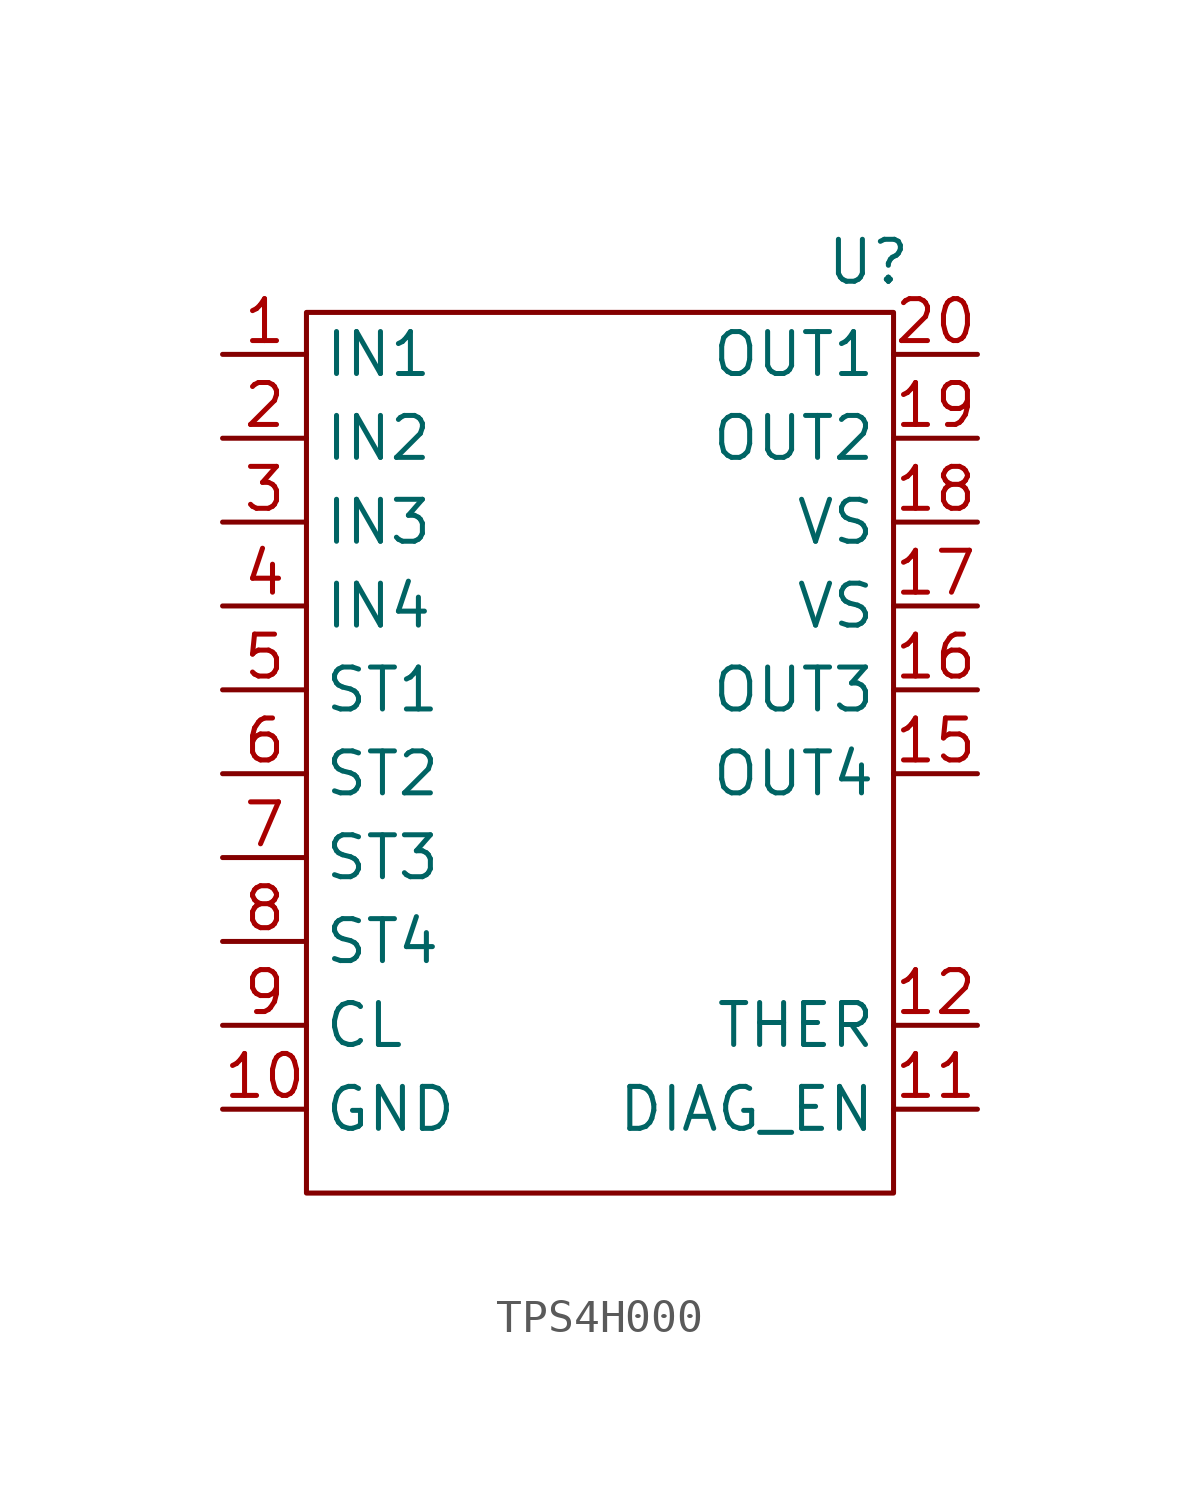
<source format=kicad_sym>
(kicad_symbol_lib
  (version 20241209)
  (generator "kicad_symbol_editor")
  (generator_version "9.0")
  (symbol "TPS4H000"
    (property "Reference" "U"
      (at 8.128 7.874 0)
      (effects (font (size 1.27 1.27))))
    (property "Value" ""
      (at 0 0 0)
      (effects (font (size 1.27 1.27))))
    (symbol "TPS4H000_0_1"
      (rectangle (start -8.89 6.35) (end 8.89 -20.32) (stroke (width 0) (type default)) (fill (type none))))
    (symbol "TPS4H000_1_1"
      (pin input line (at -11.43 5.08 0) (length 2.54) (name "IN1" (effects (font (size 1.27 1.27)))) (number "1" (effects (font (size 1.27 1.27)))))
      (pin input line (at -11.43 2.54 0) (length 2.54) (name "IN2" (effects (font (size 1.27 1.27)))) (number "2" (effects (font (size 1.27 1.27)))))
      (pin input line (at -11.43 0 0) (length 2.54) (name "IN3" (effects (font (size 1.27 1.27)))) (number "3" (effects (font (size 1.27 1.27)))))
      (pin input line (at -11.43 -2.54 0) (length 2.54) (name "IN4" (effects (font (size 1.27 1.27)))) (number "4" (effects (font (size 1.27 1.27)))))
      (pin input line (at -11.43 -5.08 0) (length 2.54) (name "ST1" (effects (font (size 1.27 1.27)))) (number "5" (effects (font (size 1.27 1.27)))))
      (pin input line (at -11.43 -7.62 0) (length 2.54) (name "ST2" (effects (font (size 1.27 1.27)))) (number "6" (effects (font (size 1.27 1.27)))))
      (pin input line (at -11.43 -10.16 0) (length 2.54) (name "ST3" (effects (font (size 1.27 1.27)))) (number "7" (effects (font (size 1.27 1.27)))))
      (pin input line (at -11.43 -12.7 0) (length 2.54) (name "ST4" (effects (font (size 1.27 1.27)))) (number "8" (effects (font (size 1.27 1.27)))))
      (pin input line (at -11.43 -15.24 0) (length 2.54) (name "CL" (effects (font (size 1.27 1.27)))) (number "9" (effects (font (size 1.27 1.27)))))
      (pin input line (at -11.43 -17.78 0) (length 2.54) (name "GND" (effects (font (size 1.27 1.27)))) (number "10" (effects (font (size 1.27 1.27)))))
      (pin input line (at 11.43 5.08 180) (length 2.54) (name "OUT1" (effects (font (size 1.27 1.27)))) (number "20" (effects (font (size 1.27 1.27)))))
      (pin input line (at 11.43 2.54 180) (length 2.54) (name "OUT2" (effects (font (size 1.27 1.27)))) (number "19" (effects (font (size 1.27 1.27)))))
      (pin input line (at 11.43 0 180) (length 2.54) (name "VS" (effects (font (size 1.27 1.27)))) (number "18" (effects (font (size 1.27 1.27)))))
      (pin input line (at 11.43 -2.54 180) (length 2.54) (name "VS" (effects (font (size 1.27 1.27)))) (number "17" (effects (font (size 1.27 1.27)))))
      (pin input line (at 11.43 -5.08 180) (length 2.54) (name "OUT3" (effects (font (size 1.27 1.27)))) (number "16" (effects (font (size 1.27 1.27)))))
      (pin input line (at 11.43 -7.62 180) (length 2.54) (name "OUT4" (effects (font (size 1.27 1.27)))) (number "15" (effects (font (size 1.27 1.27)))))
      (pin input line (at 11.43 -15.24 180) (length 2.54) (name "THER" (effects (font (size 1.27 1.27)))) (number "12" (effects (font (size 1.27 1.27)))))
      (pin input line (at 11.43 -17.78 180) (length 2.54) (name "DIAG_EN" (effects (font (size 1.27 1.27)))) (number "11" (effects (font (size 1.27 1.27))))))))
</source>
